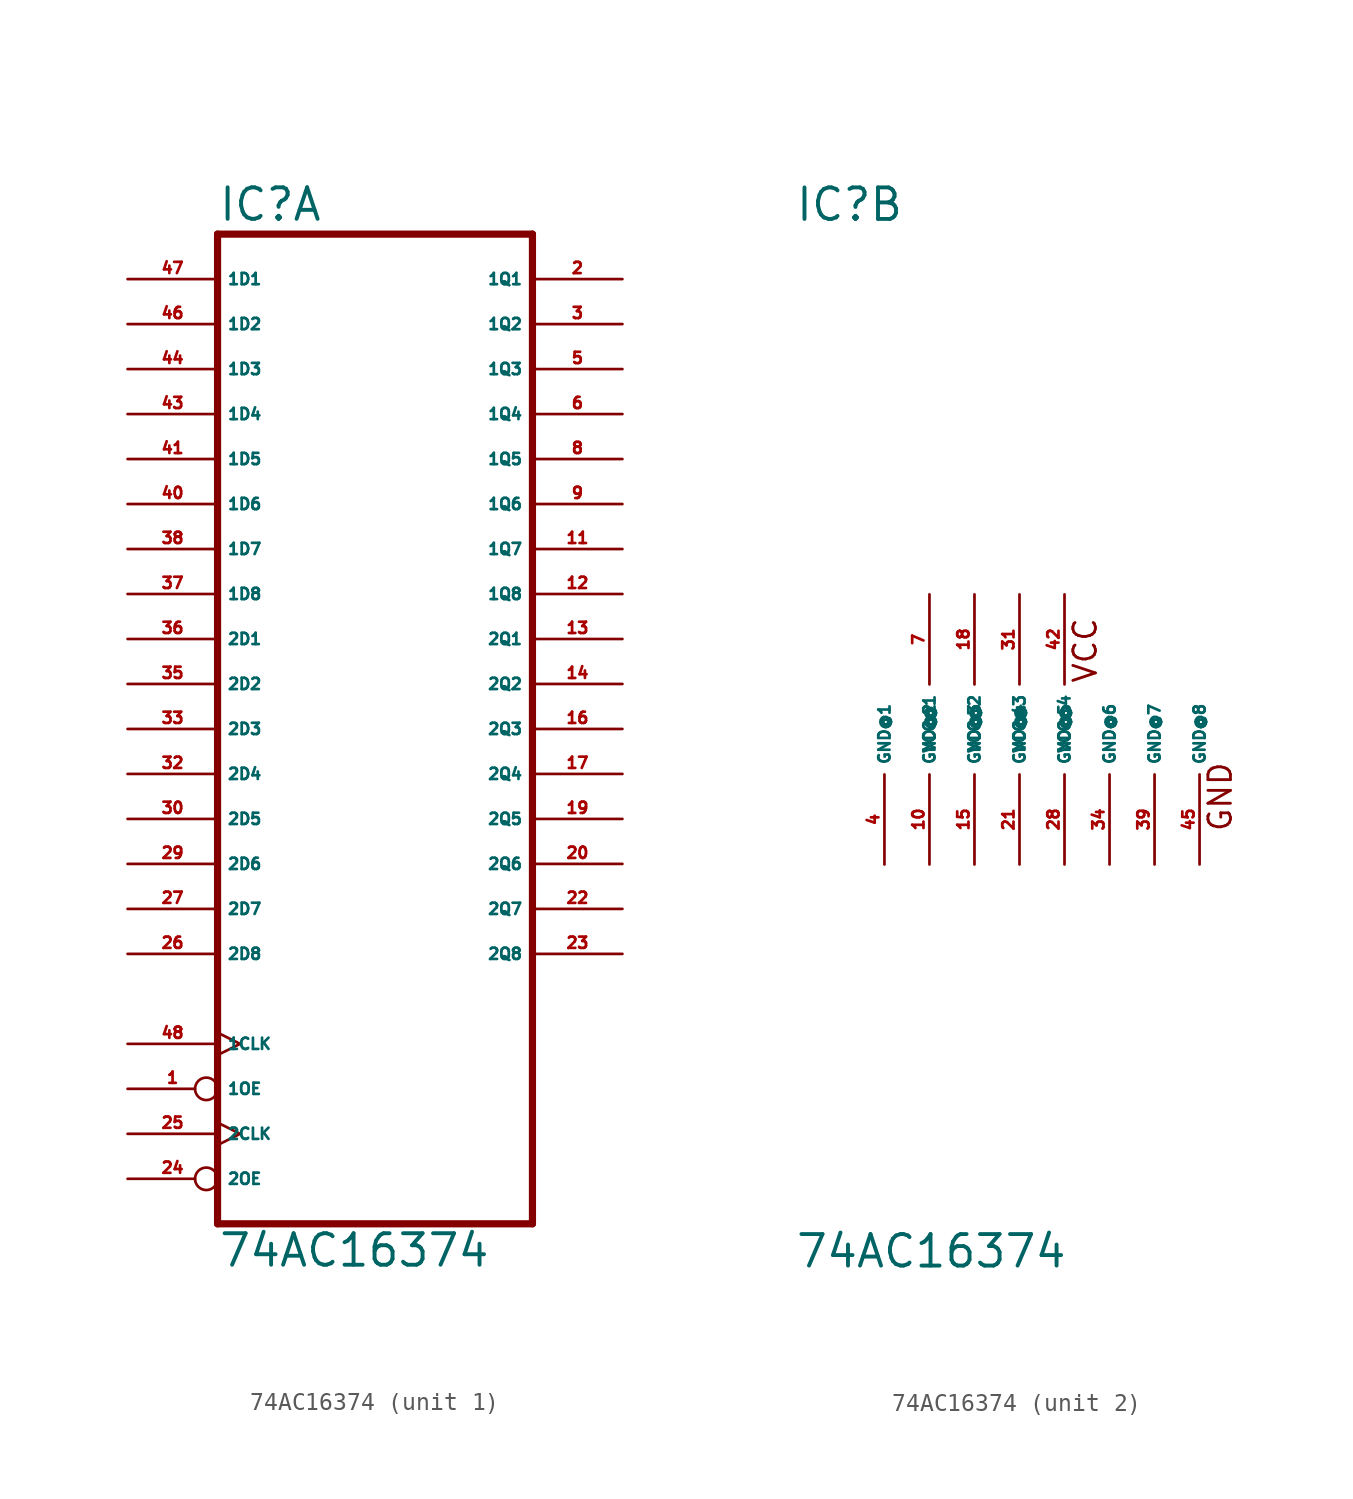
<source format=kicad_sym>
(kicad_symbol_lib
  (version 20220914)
  (generator Eagle2Kicad)
  (symbol "74AC16374"
    (property "Reference" "IC"
      (at -10.16 28.575 0)
      (effects (font (size 1.778 1.778) (thickness 0.22)) (justify left bottom)))
    (property "Value" "74AC16374"
      (at -10.16 -30.48 0)
      (effects (font (size 1.778 1.778) (thickness 0.22)) (justify left bottom)))
    (symbol "74AC16374_1_0"
      (polyline (pts (xy -10.16 27.94) (xy -10.16 -27.94)) (stroke (width 0.406) (type default)) (fill (type none)))
      (polyline (pts (xy 7.62 -27.94) (xy -10.16 -27.94)) (stroke (width 0.406) (type default)) (fill (type none)))
      (polyline (pts (xy 7.62 -27.94) (xy 7.62 27.94)) (stroke (width 0.406) (type default)) (fill (type none)))
      (polyline (pts (xy -10.16 27.94) (xy 7.62 27.94)) (stroke (width 0.406) (type default)) (fill (type none)))
      (pin input inverted (at -15.24 -20.32 0) (length 5.08) (name "1OE" (effects (font (size 0.635 0.635) (thickness 0.08)) (justify left bottom))) (number "1" (effects (font (size 0.635 0.635) (thickness 0.08)) (justify left bottom))))
      (pin input clock (at -15.24 -17.78 0) (length 5.08) (name "1CLK" (effects (font (size 0.635 0.635) (thickness 0.08)) (justify left bottom))) (number "48" (effects (font (size 0.635 0.635) (thickness 0.08)) (justify left bottom))))
      (pin input inverted (at -15.24 -25.4 0) (length 5.08) (name "2OE" (effects (font (size 0.635 0.635) (thickness 0.08)) (justify left bottom))) (number "24" (effects (font (size 0.635 0.635) (thickness 0.08)) (justify left bottom))))
      (pin input clock (at -15.24 -22.86 0) (length 5.08) (name "2CLK" (effects (font (size 0.635 0.635) (thickness 0.08)) (justify left bottom))) (number "25" (effects (font (size 0.635 0.635) (thickness 0.08)) (justify left bottom))))
      (pin tri_state line (at 12.7 25.4 180) (length 5.08) (name "1Q1" (effects (font (size 0.635 0.635) (thickness 0.08)) (justify left bottom))) (number "2" (effects (font (size 0.635 0.635) (thickness 0.08)) (justify left bottom))))
      (pin tri_state line (at 12.7 22.86 180) (length 5.08) (name "1Q2" (effects (font (size 0.635 0.635) (thickness 0.08)) (justify left bottom))) (number "3" (effects (font (size 0.635 0.635) (thickness 0.08)) (justify left bottom))))
      (pin tri_state line (at 12.7 20.32 180) (length 5.08) (name "1Q3" (effects (font (size 0.635 0.635) (thickness 0.08)) (justify left bottom))) (number "5" (effects (font (size 0.635 0.635) (thickness 0.08)) (justify left bottom))))
      (pin tri_state line (at 12.7 17.78 180) (length 5.08) (name "1Q4" (effects (font (size 0.635 0.635) (thickness 0.08)) (justify left bottom))) (number "6" (effects (font (size 0.635 0.635) (thickness 0.08)) (justify left bottom))))
      (pin tri_state line (at 12.7 15.24 180) (length 5.08) (name "1Q5" (effects (font (size 0.635 0.635) (thickness 0.08)) (justify left bottom))) (number "8" (effects (font (size 0.635 0.635) (thickness 0.08)) (justify left bottom))))
      (pin tri_state line (at 12.7 12.7 180) (length 5.08) (name "1Q6" (effects (font (size 0.635 0.635) (thickness 0.08)) (justify left bottom))) (number "9" (effects (font (size 0.635 0.635) (thickness 0.08)) (justify left bottom))))
      (pin tri_state line (at 12.7 10.16 180) (length 5.08) (name "1Q7" (effects (font (size 0.635 0.635) (thickness 0.08)) (justify left bottom))) (number "11" (effects (font (size 0.635 0.635) (thickness 0.08)) (justify left bottom))))
      (pin tri_state line (at 12.7 7.62 180) (length 5.08) (name "1Q8" (effects (font (size 0.635 0.635) (thickness 0.08)) (justify left bottom))) (number "12" (effects (font (size 0.635 0.635) (thickness 0.08)) (justify left bottom))))
      (pin tri_state line (at 12.7 5.08 180) (length 5.08) (name "2Q1" (effects (font (size 0.635 0.635) (thickness 0.08)) (justify left bottom))) (number "13" (effects (font (size 0.635 0.635) (thickness 0.08)) (justify left bottom))))
      (pin tri_state line (at 12.7 2.54 180) (length 5.08) (name "2Q2" (effects (font (size 0.635 0.635) (thickness 0.08)) (justify left bottom))) (number "14" (effects (font (size 0.635 0.635) (thickness 0.08)) (justify left bottom))))
      (pin tri_state line (at 12.7 0 180) (length 5.08) (name "2Q3" (effects (font (size 0.635 0.635) (thickness 0.08)) (justify left bottom))) (number "16" (effects (font (size 0.635 0.635) (thickness 0.08)) (justify left bottom))))
      (pin tri_state line (at 12.7 -2.54 180) (length 5.08) (name "2Q4" (effects (font (size 0.635 0.635) (thickness 0.08)) (justify left bottom))) (number "17" (effects (font (size 0.635 0.635) (thickness 0.08)) (justify left bottom))))
      (pin tri_state line (at 12.7 -5.08 180) (length 5.08) (name "2Q5" (effects (font (size 0.635 0.635) (thickness 0.08)) (justify left bottom))) (number "19" (effects (font (size 0.635 0.635) (thickness 0.08)) (justify left bottom))))
      (pin tri_state line (at 12.7 -7.62 180) (length 5.08) (name "2Q6" (effects (font (size 0.635 0.635) (thickness 0.08)) (justify left bottom))) (number "20" (effects (font (size 0.635 0.635) (thickness 0.08)) (justify left bottom))))
      (pin tri_state line (at 12.7 -10.16 180) (length 5.08) (name "2Q7" (effects (font (size 0.635 0.635) (thickness 0.08)) (justify left bottom))) (number "22" (effects (font (size 0.635 0.635) (thickness 0.08)) (justify left bottom))))
      (pin tri_state line (at 12.7 -12.7 180) (length 5.08) (name "2Q8" (effects (font (size 0.635 0.635) (thickness 0.08)) (justify left bottom))) (number "23" (effects (font (size 0.635 0.635) (thickness 0.08)) (justify left bottom))))
      (pin input line (at -15.24 25.4 0) (length 5.08) (name "1D1" (effects (font (size 0.635 0.635) (thickness 0.08)) (justify left bottom))) (number "47" (effects (font (size 0.635 0.635) (thickness 0.08)) (justify left bottom))))
      (pin input line (at -15.24 22.86 0) (length 5.08) (name "1D2" (effects (font (size 0.635 0.635) (thickness 0.08)) (justify left bottom))) (number "46" (effects (font (size 0.635 0.635) (thickness 0.08)) (justify left bottom))))
      (pin input line (at -15.24 20.32 0) (length 5.08) (name "1D3" (effects (font (size 0.635 0.635) (thickness 0.08)) (justify left bottom))) (number "44" (effects (font (size 0.635 0.635) (thickness 0.08)) (justify left bottom))))
      (pin input line (at -15.24 17.78 0) (length 5.08) (name "1D4" (effects (font (size 0.635 0.635) (thickness 0.08)) (justify left bottom))) (number "43" (effects (font (size 0.635 0.635) (thickness 0.08)) (justify left bottom))))
      (pin input line (at -15.24 15.24 0) (length 5.08) (name "1D5" (effects (font (size 0.635 0.635) (thickness 0.08)) (justify left bottom))) (number "41" (effects (font (size 0.635 0.635) (thickness 0.08)) (justify left bottom))))
      (pin input line (at -15.24 12.7 0) (length 5.08) (name "1D6" (effects (font (size 0.635 0.635) (thickness 0.08)) (justify left bottom))) (number "40" (effects (font (size 0.635 0.635) (thickness 0.08)) (justify left bottom))))
      (pin input line (at -15.24 10.16 0) (length 5.08) (name "1D7" (effects (font (size 0.635 0.635) (thickness 0.08)) (justify left bottom))) (number "38" (effects (font (size 0.635 0.635) (thickness 0.08)) (justify left bottom))))
      (pin input line (at -15.24 7.62 0) (length 5.08) (name "1D8" (effects (font (size 0.635 0.635) (thickness 0.08)) (justify left bottom))) (number "37" (effects (font (size 0.635 0.635) (thickness 0.08)) (justify left bottom))))
      (pin input line (at -15.24 5.08 0) (length 5.08) (name "2D1" (effects (font (size 0.635 0.635) (thickness 0.08)) (justify left bottom))) (number "36" (effects (font (size 0.635 0.635) (thickness 0.08)) (justify left bottom))))
      (pin input line (at -15.24 2.54 0) (length 5.08) (name "2D2" (effects (font (size 0.635 0.635) (thickness 0.08)) (justify left bottom))) (number "35" (effects (font (size 0.635 0.635) (thickness 0.08)) (justify left bottom))))
      (pin input line (at -15.24 0 0) (length 5.08) (name "2D3" (effects (font (size 0.635 0.635) (thickness 0.08)) (justify left bottom))) (number "33" (effects (font (size 0.635 0.635) (thickness 0.08)) (justify left bottom))))
      (pin input line (at -15.24 -2.54 0) (length 5.08) (name "2D4" (effects (font (size 0.635 0.635) (thickness 0.08)) (justify left bottom))) (number "32" (effects (font (size 0.635 0.635) (thickness 0.08)) (justify left bottom))))
      (pin input line (at -15.24 -5.08 0) (length 5.08) (name "2D5" (effects (font (size 0.635 0.635) (thickness 0.08)) (justify left bottom))) (number "30" (effects (font (size 0.635 0.635) (thickness 0.08)) (justify left bottom))))
      (pin input line (at -15.24 -7.62 0) (length 5.08) (name "2D6" (effects (font (size 0.635 0.635) (thickness 0.08)) (justify left bottom))) (number "29" (effects (font (size 0.635 0.635) (thickness 0.08)) (justify left bottom))))
      (pin input line (at -15.24 -10.16 0) (length 5.08) (name "2D7" (effects (font (size 0.635 0.635) (thickness 0.08)) (justify left bottom))) (number "27" (effects (font (size 0.635 0.635) (thickness 0.08)) (justify left bottom))))
      (pin input line (at -15.24 -12.7 0) (length 5.08) (name "2D8" (effects (font (size 0.635 0.635) (thickness 0.08)) (justify left bottom))) (number "26" (effects (font (size 0.635 0.635) (thickness 0.08)) (justify left bottom)))))
    (symbol "74AC16374_2_0"
      (text "VCC" (at 6.985 2.54 900) (effects (font (size 1.27 1.27) (thickness 0.16)) (justify left bottom)))
      (text "GND" (at 14.605 -5.842 900) (effects (font (size 1.27 1.27) (thickness 0.16)) (justify left bottom)))
      (pin unspecified line (at -2.54 7.62 270) (length 5.08) (name "VCC@1" (effects (font (size 0.635 0.635) (thickness 0.08)) (justify left bottom))) (number "7" (effects (font (size 0.635 0.635) (thickness 0.08)) (justify left bottom))))
      (pin unspecified line (at 0 7.62 270) (length 5.08) (name "VCC@2" (effects (font (size 0.635 0.635) (thickness 0.08)) (justify left bottom))) (number "18" (effects (font (size 0.635 0.635) (thickness 0.08)) (justify left bottom))))
      (pin unspecified line (at 2.54 -7.62 90) (length 5.08) (name "GND@4" (effects (font (size 0.635 0.635) (thickness 0.08)) (justify left bottom))) (number "21" (effects (font (size 0.635 0.635) (thickness 0.08)) (justify left bottom))))
      (pin unspecified line (at 0 -7.62 90) (length 5.08) (name "GND@3" (effects (font (size 0.635 0.635) (thickness 0.08)) (justify left bottom))) (number "15" (effects (font (size 0.635 0.635) (thickness 0.08)) (justify left bottom))))
      (pin unspecified line (at -2.54 -7.62 90) (length 5.08) (name "GND@2" (effects (font (size 0.635 0.635) (thickness 0.08)) (justify left bottom))) (number "10" (effects (font (size 0.635 0.635) (thickness 0.08)) (justify left bottom))))
      (pin unspecified line (at -5.08 -7.62 90) (length 5.08) (name "GND@1" (effects (font (size 0.635 0.635) (thickness 0.08)) (justify left bottom))) (number "4" (effects (font (size 0.635 0.635) (thickness 0.08)) (justify left bottom))))
      (pin unspecified line (at 2.54 7.62 270) (length 5.08) (name "VCC@3" (effects (font (size 0.635 0.635) (thickness 0.08)) (justify left bottom))) (number "31" (effects (font (size 0.635 0.635) (thickness 0.08)) (justify left bottom))))
      (pin unspecified line (at 5.08 7.62 270) (length 5.08) (name "VCC@4" (effects (font (size 0.635 0.635) (thickness 0.08)) (justify left bottom))) (number "42" (effects (font (size 0.635 0.635) (thickness 0.08)) (justify left bottom))))
      (pin unspecified line (at 5.08 -7.62 90) (length 5.08) (name "GND@5" (effects (font (size 0.635 0.635) (thickness 0.08)) (justify left bottom))) (number "28" (effects (font (size 0.635 0.635) (thickness 0.08)) (justify left bottom))))
      (pin unspecified line (at 7.62 -7.62 90) (length 5.08) (name "GND@6" (effects (font (size 0.635 0.635) (thickness 0.08)) (justify left bottom))) (number "34" (effects (font (size 0.635 0.635) (thickness 0.08)) (justify left bottom))))
      (pin unspecified line (at 10.16 -7.62 90) (length 5.08) (name "GND@7" (effects (font (size 0.635 0.635) (thickness 0.08)) (justify left bottom))) (number "39" (effects (font (size 0.635 0.635) (thickness 0.08)) (justify left bottom))))
      (pin unspecified line (at 12.7 -7.62 90) (length 5.08) (name "GND@8" (effects (font (size 0.635 0.635) (thickness 0.08)) (justify left bottom))) (number "45" (effects (font (size 0.635 0.635) (thickness 0.08)) (justify left bottom)))))))
</source>
